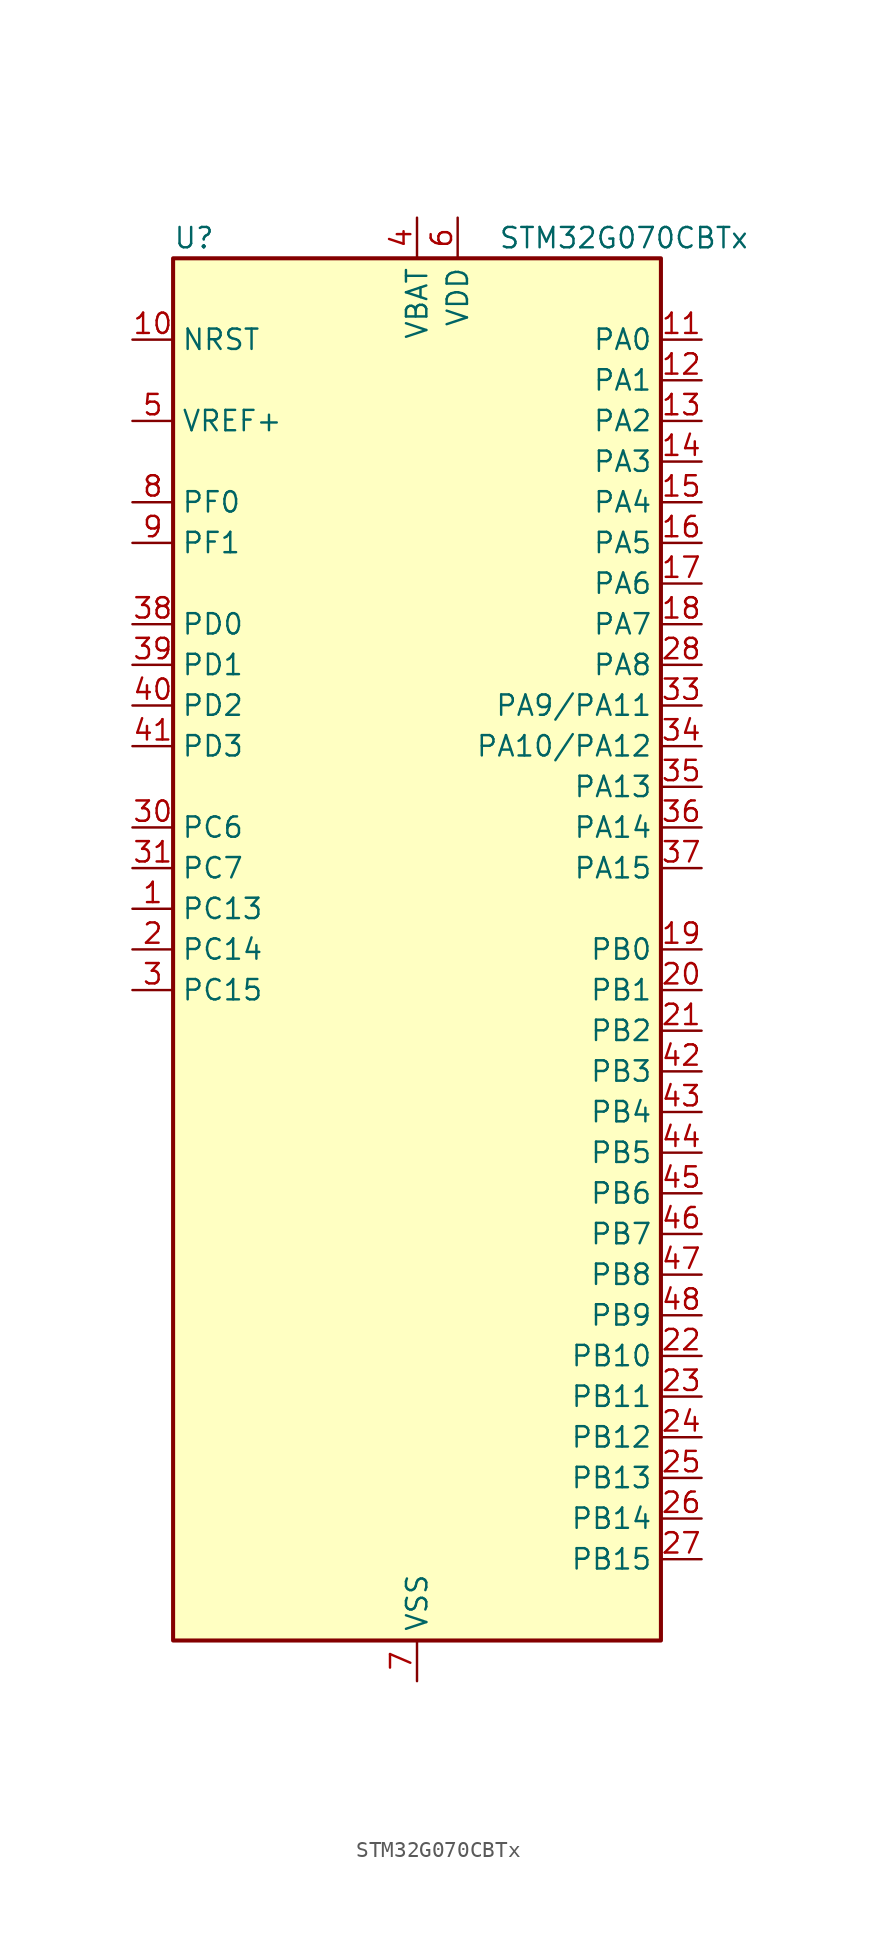
<source format=kicad_sym>
(kicad_symbol_lib
  (version 20231120)
  (generator "kicad-library-utils")
  (generator_version "8.0")
  (symbol "STM32G070CBTx"
    (property "Reference" "U"
      (at -15.24 44.45 0)
      (effects (font (size 1.27 1.27)) (justify left)))
    (property "Value" "STM32G070CBTx"
      (at 5.08 44.45 0)
      (effects (font (size 1.27 1.27)) (justify left)))
    (symbol "STM32G070CBTx_0_1"
      (rectangle (start -15.24 -43.18) (end 15.24 43.18) (stroke (width 0.254) (type default)) (fill (type background))))
    (symbol "STM32G070CBTx_1_1"
      (pin bidirectional line (at -17.78 2.54 0) (length 2.54) (name "PC13" (effects (font (size 1.27 1.27)))) (number "1" (effects (font (size 1.27 1.27)))) (alternate "RTC_OUT_ALARM" bidirectional line) (alternate "RTC_OUT_CALIB" bidirectional line) (alternate "RTC_TAMP_IN1" bidirectional line) (alternate "RTC_TS" bidirectional line) (alternate "SYS_WKUP2" bidirectional line) (alternate "TIM1_BK" bidirectional line))
      (pin input line (at -17.78 38.1 0) (length 2.54) (name "NRST" (effects (font (size 1.27 1.27)))) (number "10" (effects (font (size 1.27 1.27)))))
      (pin bidirectional line (at 17.78 38.1 180) (length 2.54) (name "PA0" (effects (font (size 1.27 1.27)))) (number "11" (effects (font (size 1.27 1.27)))) (alternate "ADC1_IN0" bidirectional line) (alternate "RTC_TAMP_IN2" bidirectional line) (alternate "SPI2_SCK" bidirectional line) (alternate "SYS_WKUP1" bidirectional line) (alternate "USART2_CTS" bidirectional line) (alternate "USART2_NSS" bidirectional line) (alternate "USART4_TX" bidirectional line))
      (pin bidirectional line (at 17.78 35.56 180) (length 2.54) (name "PA1" (effects (font (size 1.27 1.27)))) (number "12" (effects (font (size 1.27 1.27)))) (alternate "ADC1_IN1" bidirectional line) (alternate "I2C1_SMBA" bidirectional line) (alternate "I2S1_CK" bidirectional line) (alternate "SPI1_SCK" bidirectional line) (alternate "TIM15_CH1N" bidirectional line) (alternate "USART2_CK" bidirectional line) (alternate "USART2_DE" bidirectional line) (alternate "USART2_RTS" bidirectional line) (alternate "USART4_RX" bidirectional line))
      (pin bidirectional line (at 17.78 33.02 180) (length 2.54) (name "PA2" (effects (font (size 1.27 1.27)))) (number "13" (effects (font (size 1.27 1.27)))) (alternate "ADC1_IN2" bidirectional line) (alternate "I2S1_SD" bidirectional line) (alternate "RCC_LSCO" bidirectional line) (alternate "SPI1_MOSI" bidirectional line) (alternate "SYS_WKUP4" bidirectional line) (alternate "TIM15_CH1" bidirectional line) (alternate "USART2_TX" bidirectional line))
      (pin bidirectional line (at 17.78 30.48 180) (length 2.54) (name "PA3" (effects (font (size 1.27 1.27)))) (number "14" (effects (font (size 1.27 1.27)))) (alternate "ADC1_IN3" bidirectional line) (alternate "SPI2_MISO" bidirectional line) (alternate "TIM15_CH2" bidirectional line) (alternate "USART2_RX" bidirectional line))
      (pin bidirectional line (at 17.78 27.94 180) (length 2.54) (name "PA4" (effects (font (size 1.27 1.27)))) (number "15" (effects (font (size 1.27 1.27)))) (alternate "ADC1_IN4" bidirectional line) (alternate "I2S1_WS" bidirectional line) (alternate "RTC_OUT_ALARM" bidirectional line) (alternate "RTC_OUT_CALIB" bidirectional line) (alternate "SPI1_NSS" bidirectional line) (alternate "SPI2_MOSI" bidirectional line) (alternate "TIM14_CH1" bidirectional line))
      (pin bidirectional line (at 17.78 25.4 180) (length 2.54) (name "PA5" (effects (font (size 1.27 1.27)))) (number "16" (effects (font (size 1.27 1.27)))) (alternate "ADC1_IN5" bidirectional line) (alternate "I2S1_CK" bidirectional line) (alternate "SPI1_SCK" bidirectional line) (alternate "USART3_TX" bidirectional line))
      (pin bidirectional line (at 17.78 22.86 180) (length 2.54) (name "PA6" (effects (font (size 1.27 1.27)))) (number "17" (effects (font (size 1.27 1.27)))) (alternate "ADC1_IN6" bidirectional line) (alternate "I2S1_MCK" bidirectional line) (alternate "SPI1_MISO" bidirectional line) (alternate "TIM16_CH1" bidirectional line) (alternate "TIM1_BK" bidirectional line) (alternate "TIM3_CH1" bidirectional line) (alternate "USART3_CTS" bidirectional line) (alternate "USART3_NSS" bidirectional line))
      (pin bidirectional line (at 17.78 20.32 180) (length 2.54) (name "PA7" (effects (font (size 1.27 1.27)))) (number "18" (effects (font (size 1.27 1.27)))) (alternate "ADC1_IN7" bidirectional line) (alternate "I2S1_SD" bidirectional line) (alternate "SPI1_MOSI" bidirectional line) (alternate "TIM14_CH1" bidirectional line) (alternate "TIM17_CH1" bidirectional line) (alternate "TIM1_CH1N" bidirectional line) (alternate "TIM3_CH2" bidirectional line))
      (pin bidirectional line (at 17.78 0 180) (length 2.54) (name "PB0" (effects (font (size 1.27 1.27)))) (number "19" (effects (font (size 1.27 1.27)))) (alternate "ADC1_IN8" bidirectional line) (alternate "I2S1_WS" bidirectional line) (alternate "SPI1_NSS" bidirectional line) (alternate "TIM1_CH2N" bidirectional line) (alternate "TIM3_CH3" bidirectional line) (alternate "USART3_RX" bidirectional line))
      (pin bidirectional line (at -17.78 0 0) (length 2.54) (name "PC14" (effects (font (size 1.27 1.27)))) (number "2" (effects (font (size 1.27 1.27)))) (alternate "RCC_OSC32_IN" bidirectional line) (alternate "TIM1_BK2" bidirectional line))
      (pin bidirectional line (at 17.78 -2.54 180) (length 2.54) (name "PB1" (effects (font (size 1.27 1.27)))) (number "20" (effects (font (size 1.27 1.27)))) (alternate "ADC1_IN9" bidirectional line) (alternate "TIM14_CH1" bidirectional line) (alternate "TIM1_CH3N" bidirectional line) (alternate "TIM3_CH4" bidirectional line) (alternate "USART3_CK" bidirectional line) (alternate "USART3_DE" bidirectional line) (alternate "USART3_RTS" bidirectional line))
      (pin bidirectional line (at 17.78 -5.08 180) (length 2.54) (name "PB2" (effects (font (size 1.27 1.27)))) (number "21" (effects (font (size 1.27 1.27)))) (alternate "ADC1_IN10" bidirectional line) (alternate "SPI2_MISO" bidirectional line) (alternate "USART3_TX" bidirectional line))
      (pin bidirectional line (at 17.78 -25.4 180) (length 2.54) (name "PB10" (effects (font (size 1.27 1.27)))) (number "22" (effects (font (size 1.27 1.27)))) (alternate "ADC1_IN11" bidirectional line) (alternate "I2C2_SCL" bidirectional line) (alternate "SPI2_SCK" bidirectional line) (alternate "USART3_TX" bidirectional line))
      (pin bidirectional line (at 17.78 -27.94 180) (length 2.54) (name "PB11" (effects (font (size 1.27 1.27)))) (number "23" (effects (font (size 1.27 1.27)))) (alternate "ADC1_EXTI11" bidirectional line) (alternate "ADC1_IN15" bidirectional line) (alternate "I2C2_SDA" bidirectional line) (alternate "SPI2_MOSI" bidirectional line) (alternate "USART3_RX" bidirectional line))
      (pin bidirectional line (at 17.78 -30.48 180) (length 2.54) (name "PB12" (effects (font (size 1.27 1.27)))) (number "24" (effects (font (size 1.27 1.27)))) (alternate "ADC1_IN16" bidirectional line) (alternate "SPI2_NSS" bidirectional line) (alternate "TIM15_BK" bidirectional line) (alternate "TIM1_BK" bidirectional line))
      (pin bidirectional line (at 17.78 -33.02 180) (length 2.54) (name "PB13" (effects (font (size 1.27 1.27)))) (number "25" (effects (font (size 1.27 1.27)))) (alternate "I2C2_SCL" bidirectional line) (alternate "SPI2_SCK" bidirectional line) (alternate "TIM15_CH1N" bidirectional line) (alternate "TIM1_CH1N" bidirectional line) (alternate "USART3_CTS" bidirectional line) (alternate "USART3_NSS" bidirectional line))
      (pin bidirectional line (at 17.78 -35.56 180) (length 2.54) (name "PB14" (effects (font (size 1.27 1.27)))) (number "26" (effects (font (size 1.27 1.27)))) (alternate "I2C2_SDA" bidirectional line) (alternate "SPI2_MISO" bidirectional line) (alternate "TIM15_CH1" bidirectional line) (alternate "TIM1_CH2N" bidirectional line) (alternate "USART3_CK" bidirectional line) (alternate "USART3_DE" bidirectional line) (alternate "USART3_RTS" bidirectional line))
      (pin bidirectional line (at 17.78 -38.1 180) (length 2.54) (name "PB15" (effects (font (size 1.27 1.27)))) (number "27" (effects (font (size 1.27 1.27)))) (alternate "RTC_REFIN" bidirectional line) (alternate "SPI2_MOSI" bidirectional line) (alternate "TIM15_CH1N" bidirectional line) (alternate "TIM15_CH2" bidirectional line) (alternate "TIM1_CH3N" bidirectional line))
      (pin bidirectional line (at 17.78 17.78 180) (length 2.54) (name "PA8" (effects (font (size 1.27 1.27)))) (number "28" (effects (font (size 1.27 1.27)))) (alternate "RCC_MCO" bidirectional line) (alternate "SPI2_NSS" bidirectional line) (alternate "TIM1_CH1" bidirectional line))
      (pin no_connect line (at -15.24 -43.18 0) (length 2.54) hide (name "NC/PA9" (effects (font (size 1.27 1.27)))) (number "29" (effects (font (size 1.27 1.27)))) (alternate "NC" bidirectional line) (alternate "PA9" bidirectional line) (alternate "I2C1_SCL (PA9)" bidirectional line) (alternate "RCC_MCO (PA9)" bidirectional line) (alternate "SPI2_MISO (PA9)" bidirectional line) (alternate "TIM15_BK (PA9)" bidirectional line) (alternate "TIM1_CH2 (PA9)" bidirectional line) (alternate "USART1_TX (PA9)" bidirectional line))
      (pin bidirectional line (at -17.78 -2.54 0) (length 2.54) (name "PC15" (effects (font (size 1.27 1.27)))) (number "3" (effects (font (size 1.27 1.27)))) (alternate "RCC_OSC32_EN" bidirectional line) (alternate "RCC_OSC32_OUT" bidirectional line) (alternate "RCC_OSC_EN" bidirectional line) (alternate "TIM15_BK" bidirectional line))
      (pin bidirectional line (at -17.78 7.62 0) (length 2.54) (name "PC6" (effects (font (size 1.27 1.27)))) (number "30" (effects (font (size 1.27 1.27)))) (alternate "TIM3_CH1" bidirectional line))
      (pin bidirectional line (at -17.78 5.08 0) (length 2.54) (name "PC7" (effects (font (size 1.27 1.27)))) (number "31" (effects (font (size 1.27 1.27)))) (alternate "TIM3_CH2" bidirectional line))
      (pin no_connect line (at -15.24 -40.64 0) (length 2.54) hide (name "NC/PA10" (effects (font (size 1.27 1.27)))) (number "32" (effects (font (size 1.27 1.27)))) (alternate "NC" bidirectional line) (alternate "PA10" bidirectional line) (alternate "I2C1_SDA (PA10)" bidirectional line) (alternate "SPI2_MOSI (PA10)" bidirectional line) (alternate "TIM17_BK (PA10)" bidirectional line) (alternate "TIM1_CH3 (PA10)" bidirectional line) (alternate "USART1_RX (PA10)" bidirectional line))
      (pin bidirectional line (at 17.78 15.24 180) (length 2.54) (name "PA9/PA11" (effects (font (size 1.27 1.27)))) (number "33" (effects (font (size 1.27 1.27)))) (alternate "PA9" bidirectional line) (alternate "I2C1_SCL (PA9)" bidirectional line) (alternate "RCC_MCO (PA9)" bidirectional line) (alternate "SPI2_MISO (PA9)" bidirectional line) (alternate "TIM15_BK (PA9)" bidirectional line) (alternate "TIM1_CH2 (PA9)" bidirectional line) (alternate "USART1_TX (PA9)" bidirectional line) (alternate "PA11" bidirectional line) (alternate "ADC1_EXTI11 (PA11)" bidirectional line) (alternate "I2C2_SCL (PA11)" bidirectional line) (alternate "I2S1_MCK (PA11)" bidirectional line) (alternate "SPI1_MISO (PA11)" bidirectional line) (alternate "TIM1_BK2 (PA11)" bidirectional line) (alternate "TIM1_CH4 (PA11)" bidirectional line) (alternate "USART1_CTS (PA11)" bidirectional line) (alternate "USART1_NSS (PA11)" bidirectional line))
      (pin bidirectional line (at 17.78 12.7 180) (length 2.54) (name "PA10/PA12" (effects (font (size 1.27 1.27)))) (number "34" (effects (font (size 1.27 1.27)))) (alternate "PA10" bidirectional line) (alternate "I2C1_SDA (PA10)" bidirectional line) (alternate "SPI2_MOSI (PA10)" bidirectional line) (alternate "TIM17_BK (PA10)" bidirectional line) (alternate "TIM1_CH3 (PA10)" bidirectional line) (alternate "USART1_RX (PA10)" bidirectional line) (alternate "PA12" bidirectional line) (alternate "I2C2_SDA (PA12)" bidirectional line) (alternate "I2S1_SD (PA12)" bidirectional line) (alternate "I2S_CKIN (PA12)" bidirectional line) (alternate "SPI1_MOSI (PA12)" bidirectional line) (alternate "TIM1_ETR (PA12)" bidirectional line) (alternate "USART1_CK (PA12)" bidirectional line) (alternate "USART1_DE (PA12)" bidirectional line) (alternate "USART1_RTS (PA12)" bidirectional line))
      (pin bidirectional line (at 17.78 10.16 180) (length 2.54) (name "PA13" (effects (font (size 1.27 1.27)))) (number "35" (effects (font (size 1.27 1.27)))) (alternate "IR_OUT" bidirectional line) (alternate "SYS_SWDIO" bidirectional line))
      (pin bidirectional line (at 17.78 7.62 180) (length 2.54) (name "PA14" (effects (font (size 1.27 1.27)))) (number "36" (effects (font (size 1.27 1.27)))) (alternate "SYS_SWCLK" bidirectional line) (alternate "USART2_TX" bidirectional line))
      (pin bidirectional line (at 17.78 5.08 180) (length 2.54) (name "PA15" (effects (font (size 1.27 1.27)))) (number "37" (effects (font (size 1.27 1.27)))) (alternate "I2S1_WS" bidirectional line) (alternate "SPI1_NSS" bidirectional line) (alternate "USART2_RX" bidirectional line) (alternate "USART3_CK" bidirectional line) (alternate "USART3_DE" bidirectional line) (alternate "USART3_RTS" bidirectional line) (alternate "USART4_CK" bidirectional line) (alternate "USART4_DE" bidirectional line) (alternate "USART4_RTS" bidirectional line))
      (pin bidirectional line (at -17.78 20.32 0) (length 2.54) (name "PD0" (effects (font (size 1.27 1.27)))) (number "38" (effects (font (size 1.27 1.27)))) (alternate "SPI2_NSS" bidirectional line) (alternate "TIM16_CH1" bidirectional line))
      (pin bidirectional line (at -17.78 17.78 0) (length 2.54) (name "PD1" (effects (font (size 1.27 1.27)))) (number "39" (effects (font (size 1.27 1.27)))) (alternate "SPI2_SCK" bidirectional line) (alternate "TIM17_CH1" bidirectional line))
      (pin power_in line (at 0 45.72 270) (length 2.54) (name "VBAT" (effects (font (size 1.27 1.27)))) (number "4" (effects (font (size 1.27 1.27)))))
      (pin bidirectional line (at -17.78 15.24 0) (length 2.54) (name "PD2" (effects (font (size 1.27 1.27)))) (number "40" (effects (font (size 1.27 1.27)))) (alternate "TIM1_CH1N" bidirectional line) (alternate "TIM3_ETR" bidirectional line) (alternate "USART3_CK" bidirectional line) (alternate "USART3_DE" bidirectional line) (alternate "USART3_RTS" bidirectional line))
      (pin bidirectional line (at -17.78 12.7 0) (length 2.54) (name "PD3" (effects (font (size 1.27 1.27)))) (number "41" (effects (font (size 1.27 1.27)))) (alternate "SPI2_MISO" bidirectional line) (alternate "TIM1_CH2N" bidirectional line) (alternate "USART2_CTS" bidirectional line) (alternate "USART2_NSS" bidirectional line))
      (pin bidirectional line (at 17.78 -7.62 180) (length 2.54) (name "PB3" (effects (font (size 1.27 1.27)))) (number "42" (effects (font (size 1.27 1.27)))) (alternate "I2S1_CK" bidirectional line) (alternate "SPI1_SCK" bidirectional line) (alternate "TIM1_CH2" bidirectional line) (alternate "USART1_CK" bidirectional line) (alternate "USART1_DE" bidirectional line) (alternate "USART1_RTS" bidirectional line))
      (pin bidirectional line (at 17.78 -10.16 180) (length 2.54) (name "PB4" (effects (font (size 1.27 1.27)))) (number "43" (effects (font (size 1.27 1.27)))) (alternate "I2S1_MCK" bidirectional line) (alternate "SPI1_MISO" bidirectional line) (alternate "TIM17_BK" bidirectional line) (alternate "TIM3_CH1" bidirectional line) (alternate "USART1_CTS" bidirectional line) (alternate "USART1_NSS" bidirectional line))
      (pin bidirectional line (at 17.78 -12.7 180) (length 2.54) (name "PB5" (effects (font (size 1.27 1.27)))) (number "44" (effects (font (size 1.27 1.27)))) (alternate "I2C1_SMBA" bidirectional line) (alternate "I2S1_SD" bidirectional line) (alternate "SPI1_MOSI" bidirectional line) (alternate "SYS_WKUP6" bidirectional line) (alternate "TIM16_BK" bidirectional line) (alternate "TIM3_CH2" bidirectional line))
      (pin bidirectional line (at 17.78 -15.24 180) (length 2.54) (name "PB6" (effects (font (size 1.27 1.27)))) (number "45" (effects (font (size 1.27 1.27)))) (alternate "I2C1_SCL" bidirectional line) (alternate "SPI2_MISO" bidirectional line) (alternate "TIM16_CH1N" bidirectional line) (alternate "TIM1_CH3" bidirectional line) (alternate "USART1_TX" bidirectional line))
      (pin bidirectional line (at 17.78 -17.78 180) (length 2.54) (name "PB7" (effects (font (size 1.27 1.27)))) (number "46" (effects (font (size 1.27 1.27)))) (alternate "I2C1_SDA" bidirectional line) (alternate "SPI2_MOSI" bidirectional line) (alternate "TIM17_CH1N" bidirectional line) (alternate "USART1_RX" bidirectional line) (alternate "USART4_CTS" bidirectional line) (alternate "USART4_NSS" bidirectional line))
      (pin bidirectional line (at 17.78 -20.32 180) (length 2.54) (name "PB8" (effects (font (size 1.27 1.27)))) (number "47" (effects (font (size 1.27 1.27)))) (alternate "I2C1_SCL" bidirectional line) (alternate "SPI2_SCK" bidirectional line) (alternate "TIM15_BK" bidirectional line) (alternate "TIM16_CH1" bidirectional line) (alternate "USART3_TX" bidirectional line))
      (pin bidirectional line (at 17.78 -22.86 180) (length 2.54) (name "PB9" (effects (font (size 1.27 1.27)))) (number "48" (effects (font (size 1.27 1.27)))) (alternate "I2C1_SDA" bidirectional line) (alternate "IR_OUT" bidirectional line) (alternate "SPI2_NSS" bidirectional line) (alternate "TIM17_CH1" bidirectional line) (alternate "USART3_RX" bidirectional line))
      (pin input line (at -17.78 33.02 0) (length 2.54) (name "VREF+" (effects (font (size 1.27 1.27)))) (number "5" (effects (font (size 1.27 1.27)))))
      (pin power_in line (at 2.54 45.72 270) (length 2.54) (name "VDD" (effects (font (size 1.27 1.27)))) (number "6" (effects (font (size 1.27 1.27)))))
      (pin power_in line (at 0 -45.72 90) (length 2.54) (name "VSS" (effects (font (size 1.27 1.27)))) (number "7" (effects (font (size 1.27 1.27)))))
      (pin bidirectional line (at -17.78 27.94 0) (length 2.54) (name "PF0" (effects (font (size 1.27 1.27)))) (number "8" (effects (font (size 1.27 1.27)))) (alternate "RCC_OSC_IN" bidirectional line) (alternate "TIM14_CH1" bidirectional line))
      (pin bidirectional line (at -17.78 25.4 0) (length 2.54) (name "PF1" (effects (font (size 1.27 1.27)))) (number "9" (effects (font (size 1.27 1.27)))) (alternate "RCC_OSC_EN" bidirectional line) (alternate "RCC_OSC_OUT" bidirectional line) (alternate "TIM15_CH1N" bidirectional line)))))
</source>
